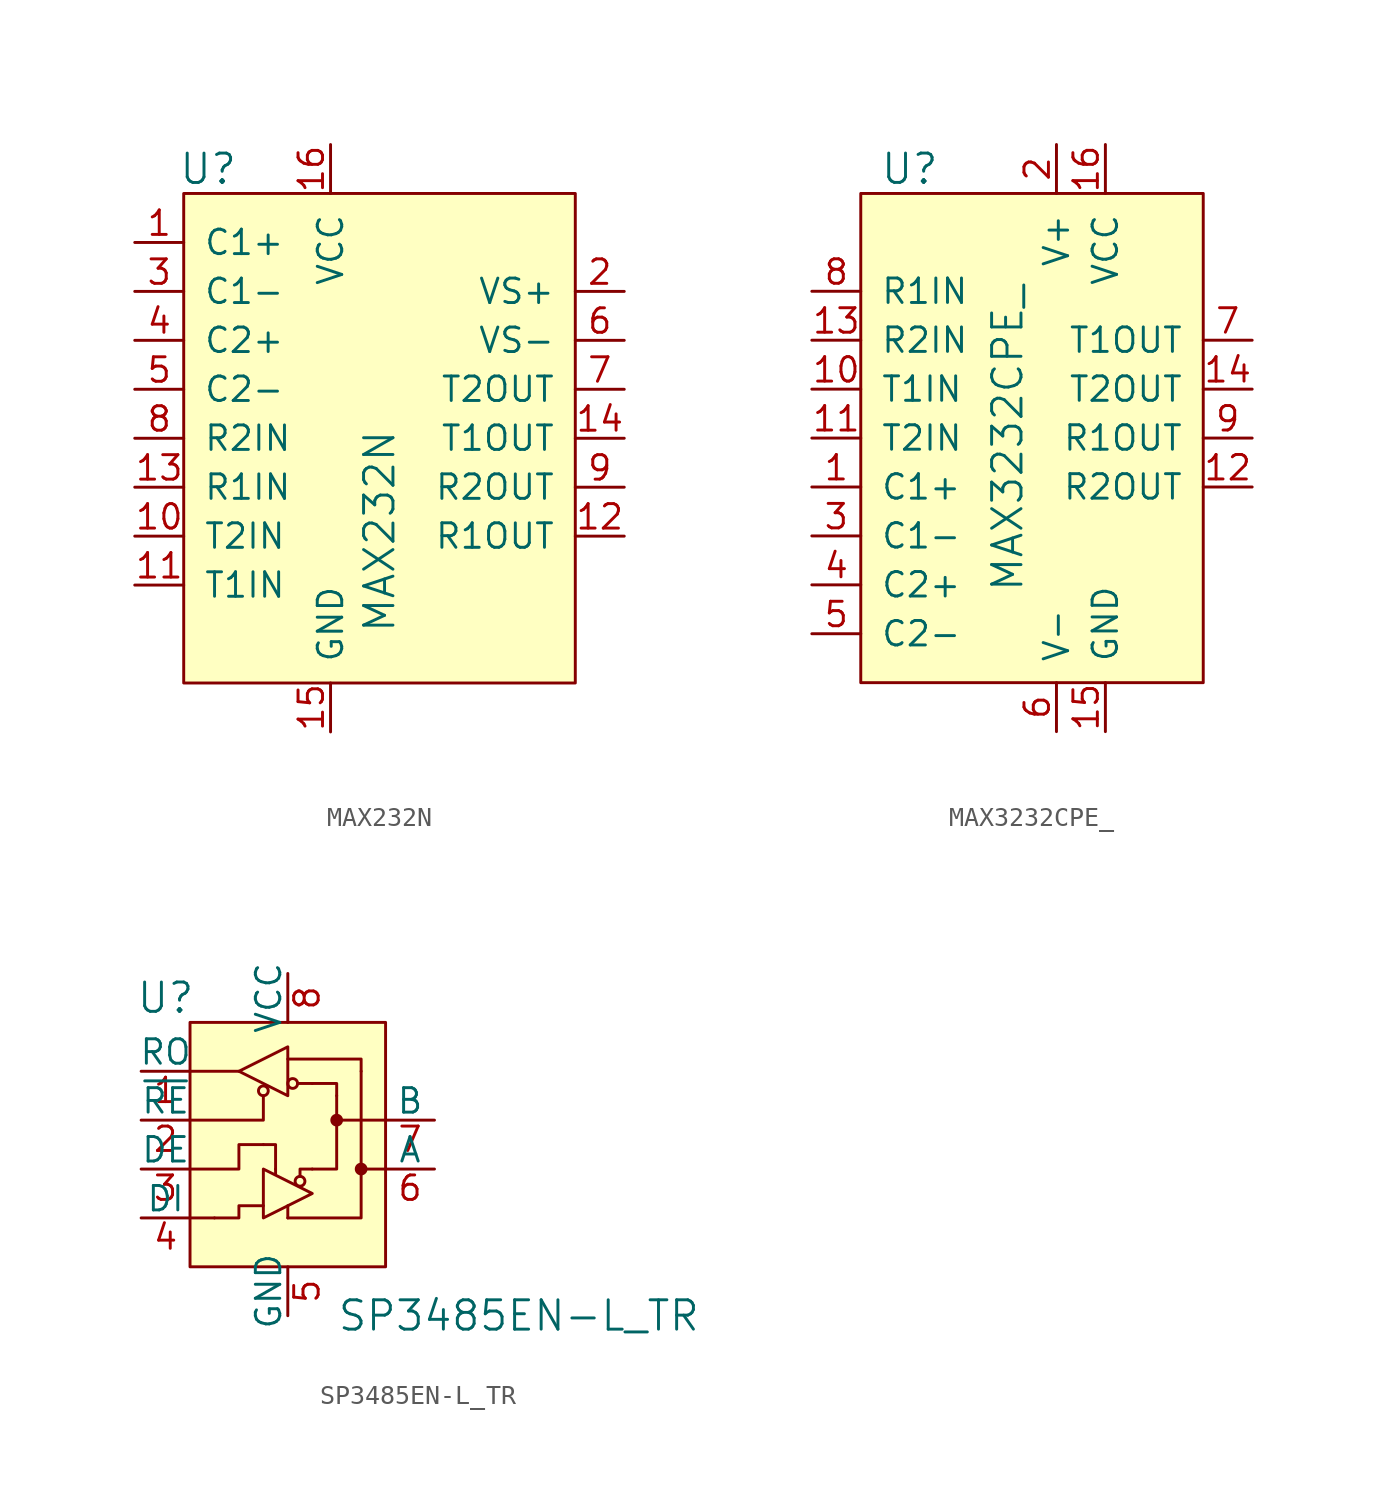
<source format=kicad_sym>
(kicad_symbol_lib
  (version 20201005)
  (generator kicad_symbol_editor)
  (symbol "MAX232N"
    (pin_names
      (offset 1.016))
    (property "Reference" "U"
      (at -8.89 11.43 0)
      (effects (font (size 1.524 1.524))))
    (property "Value" "MAX232N"
      (at 0 -12.7 90)
      (effects (font (size 1.524 1.524)) (justify left)))
    (symbol "MAX232N_0_1"
      (rectangle (start -10.16 10.16) (end 10.16 -15.24) (stroke (width 0)) (fill (type background))))
    (symbol "MAX232N_1_1"
      (pin passive line (at -12.7 7.62 0) (length 2.54) (name "C1+" (effects (font (size 1.27 1.27)))) (number "1" (effects (font (size 1.27 1.27)))))
      (pin output line (at 12.7 5.08 180) (length 2.54) (name "VS+" (effects (font (size 1.27 1.27)))) (number "2" (effects (font (size 1.27 1.27)))))
      (pin passive line (at -12.7 5.08 0) (length 2.54) (name "C1-" (effects (font (size 1.27 1.27)))) (number "3" (effects (font (size 1.27 1.27)))))
      (pin passive line (at -12.7 2.54 0) (length 2.54) (name "C2+" (effects (font (size 1.27 1.27)))) (number "4" (effects (font (size 1.27 1.27)))))
      (pin passive line (at -12.7 0 0) (length 2.54) (name "C2-" (effects (font (size 1.27 1.27)))) (number "5" (effects (font (size 1.27 1.27)))))
      (pin output line (at 12.7 2.54 180) (length 2.54) (name "VS-" (effects (font (size 1.27 1.27)))) (number "6" (effects (font (size 1.27 1.27)))))
      (pin output line (at 12.7 0 180) (length 2.54) (name "T2OUT" (effects (font (size 1.27 1.27)))) (number "7" (effects (font (size 1.27 1.27)))))
      (pin input line (at -12.7 -2.54 0) (length 2.54) (name "R2IN" (effects (font (size 1.27 1.27)))) (number "8" (effects (font (size 1.27 1.27)))))
      (pin output line (at 12.7 -5.08 180) (length 2.54) (name "R2OUT" (effects (font (size 1.27 1.27)))) (number "9" (effects (font (size 1.27 1.27)))))
      (pin input line (at -12.7 -7.62 0) (length 2.54) (name "T2IN" (effects (font (size 1.27 1.27)))) (number "10" (effects (font (size 1.27 1.27)))))
      (pin input line (at -12.7 -10.16 0) (length 2.54) (name "T1IN" (effects (font (size 1.27 1.27)))) (number "11" (effects (font (size 1.27 1.27)))))
      (pin output line (at 12.7 -7.62 180) (length 2.54) (name "R1OUT" (effects (font (size 1.27 1.27)))) (number "12" (effects (font (size 1.27 1.27)))))
      (pin input line (at -12.7 -5.08 0) (length 2.54) (name "R1IN" (effects (font (size 1.27 1.27)))) (number "13" (effects (font (size 1.27 1.27)))))
      (pin output line (at 12.7 -2.54 180) (length 2.54) (name "T1OUT" (effects (font (size 1.27 1.27)))) (number "14" (effects (font (size 1.27 1.27)))))
      (pin power_in line (at -2.54 -17.78 90) (length 2.54) (name "GND" (effects (font (size 1.27 1.27)))) (number "15" (effects (font (size 1.27 1.27)))))
      (pin power_in line (at -2.54 12.7 270) (length 2.54) (name "VCC" (effects (font (size 1.27 1.27)))) (number "16" (effects (font (size 1.27 1.27)))))))
  (symbol "MAX3232CPE_"
    (pin_names
      (offset 1.016))
    (property "Reference" "U"
      (at -5.08 6.35 0)
      (effects (font (size 1.524 1.524))))
    (property "Value" "MAX3232CPE_"
      (at 0 -7.62 90)
      (effects (font (size 1.524 1.524))))
    (symbol "MAX3232CPE__0_1"
      (rectangle (start -7.62 5.08) (end 10.16 -20.32) (stroke (width 0)) (fill (type background))))
    (symbol "MAX3232CPE__1_1"
      (pin passive line (at -10.16 -10.16 0) (length 2.54) (name "C1+" (effects (font (size 1.27 1.27)))) (number "1" (effects (font (size 1.27 1.27)))))
      (pin power_in line (at 2.54 7.62 270) (length 2.54) (name "V+" (effects (font (size 1.27 1.27)))) (number "2" (effects (font (size 1.27 1.27)))))
      (pin passive line (at -10.16 -12.7 0) (length 2.54) (name "C1-" (effects (font (size 1.27 1.27)))) (number "3" (effects (font (size 1.27 1.27)))))
      (pin passive line (at -10.16 -15.24 0) (length 2.54) (name "C2+" (effects (font (size 1.27 1.27)))) (number "4" (effects (font (size 1.27 1.27)))))
      (pin passive line (at -10.16 -17.78 0) (length 2.54) (name "C2-" (effects (font (size 1.27 1.27)))) (number "5" (effects (font (size 1.27 1.27)))))
      (pin power_in line (at 2.54 -22.86 90) (length 2.54) (name "V-" (effects (font (size 1.27 1.27)))) (number "6" (effects (font (size 1.27 1.27)))))
      (pin output line (at 12.7 -2.54 180) (length 2.54) (name "T1OUT" (effects (font (size 1.27 1.27)))) (number "7" (effects (font (size 1.27 1.27)))))
      (pin input line (at -10.16 0 0) (length 2.54) (name "R1IN" (effects (font (size 1.27 1.27)))) (number "8" (effects (font (size 1.27 1.27)))))
      (pin output line (at 12.7 -7.62 180) (length 2.54) (name "R1OUT" (effects (font (size 1.27 1.27)))) (number "9" (effects (font (size 1.27 1.27)))))
      (pin input line (at -10.16 -5.08 0) (length 2.54) (name "T1IN" (effects (font (size 1.27 1.27)))) (number "10" (effects (font (size 1.27 1.27)))))
      (pin input line (at -10.16 -7.62 0) (length 2.54) (name "T2IN" (effects (font (size 1.27 1.27)))) (number "11" (effects (font (size 1.27 1.27)))))
      (pin output line (at 12.7 -10.16 180) (length 2.54) (name "R2OUT" (effects (font (size 1.27 1.27)))) (number "12" (effects (font (size 1.27 1.27)))))
      (pin input line (at -10.16 -2.54 0) (length 2.54) (name "R2IN" (effects (font (size 1.27 1.27)))) (number "13" (effects (font (size 1.27 1.27)))))
      (pin output line (at 12.7 -5.08 180) (length 2.54) (name "T2OUT" (effects (font (size 1.27 1.27)))) (number "14" (effects (font (size 1.27 1.27)))))
      (pin power_in line (at 5.08 -22.86 90) (length 2.54) (name "GND" (effects (font (size 1.27 1.27)))) (number "15" (effects (font (size 1.27 1.27)))))
      (pin power_in line (at 5.08 7.62 270) (length 2.54) (name "VCC" (effects (font (size 1.27 1.27)))) (number "16" (effects (font (size 1.27 1.27)))))))
  (symbol "SP3485EN-L_TR"
    (pin_names
      (offset 0))
    (property "Reference" "U"
      (at -6.35 1.27 0)
      (effects (font (size 1.524 1.524))))
    (property "Value" "SP3485EN-L_TR"
      (at 2.54 -15.24 0)
      (effects (font (size 1.524 1.524)) (justify left)))
    (symbol "SP3485EN-L_TR_0_1"
      (circle (center -1.27 -3.556) (radius 0.254) (stroke (width 0)) (fill (type none)))
      (circle (center 0.254 -3.175) (radius 0.254) (stroke (width 0)) (fill (type none)))
      (circle (center 0.635 -8.255) (radius 0.254) (stroke (width 0)) (fill (type none)))
      (circle (center 2.54 -5.08) (radius 0.254) (stroke (width 0)) (fill (type outline)))
      (circle (center 3.81 -7.62) (radius 0.254) (stroke (width 0)) (fill (type outline)))
      (rectangle (start -5.08 0) (end 5.08 -12.7) (stroke (width 0)) (fill (type background)))
      (polyline (pts (xy -5.08 -10.16) (xy -3.81 -10.16)) (stroke (width 0)) (fill (type none)))
      (polyline (pts (xy -2.54 -2.54) (xy -5.08 -2.54)) (stroke (width 0)) (fill (type none)))
      (polyline (pts (xy -0.635 -7.62) (xy -0.635 -7.874)) (stroke (width 0)) (fill (type none)))
      (polyline (pts (xy 0 -10.16) (xy 0 -9.525)) (stroke (width 0)) (fill (type none)))
      (polyline (pts (xy 1.27 -3.175) (xy 0.508 -3.175)) (stroke (width 0)) (fill (type none)))
      (polyline (pts (xy 5.08 -7.62) (xy 3.81 -7.62)) (stroke (width 0)) (fill (type none)))
      (polyline (pts (xy 5.08 -5.08) (xy 2.54 -5.08)) (stroke (width 0)) (fill (type none)))
      (polyline (pts (xy -5.08 -5.08) (xy -1.27 -5.08) (xy -1.27 -3.81)) (stroke (width 0)) (fill (type none)))
      (polyline (pts (xy -1.27 -6.35) (xy -0.635 -6.35) (xy -0.635 -7.62)) (stroke (width 0)) (fill (type none)))
      (polyline (pts (xy 0 -10.16) (xy 3.81 -10.16) (xy 3.81 -2.54)) (stroke (width 0)) (fill (type none)))
      (polyline (pts (xy 1.27 -7.62) (xy 0.635 -7.62) (xy 0.635 -8.001)) (stroke (width 0)) (fill (type none)))
      (polyline (pts (xy 1.27 -7.62) (xy 2.54 -7.62) (xy 2.54 -3.81)) (stroke (width 0)) (fill (type none)))
      (polyline (pts (xy 2.54 -3.81) (xy 2.54 -3.175) (xy 1.27 -3.175)) (stroke (width 0)) (fill (type none)))
      (polyline (pts (xy 3.81 -2.54) (xy 3.81 -1.905) (xy 0 -1.905)) (stroke (width 0)) (fill (type none)))
      (polyline (pts (xy -5.08 -7.62) (xy -2.54 -7.62) (xy -2.54 -6.35) (xy -1.27 -6.35)) (stroke (width 0)) (fill (type none)))
      (polyline (pts (xy -1.27 -9.525) (xy -2.54 -9.525) (xy -2.54 -10.16) (xy -3.81 -10.16)) (stroke (width 0)) (fill (type none)))
      (polyline (pts (xy -1.27 -7.62) (xy -1.27 -10.16) (xy 1.27 -8.89) (xy -1.27 -7.62)) (stroke (width 0)) (fill (type none)))
      (polyline (pts (xy 0 -1.27) (xy 0 -3.81) (xy -2.54 -2.54) (xy 0 -1.27)) (stroke (width 0)) (fill (type none))))
    (symbol "SP3485EN-L_TR_1_1"
      (pin output line (at -7.62 -2.54 0) (length 2.54) (name "RO" (effects (font (size 1.27 1.27)))) (number "1" (effects (font (size 1.27 1.27)))))
      (pin output line (at -7.62 -5.08 0) (length 2.54) (name "~RE" (effects (font (size 1.27 1.27)))) (number "2" (effects (font (size 1.27 1.27)))))
      (pin output line (at -7.62 -7.62 0) (length 2.54) (name "DE" (effects (font (size 1.27 1.27)))) (number "3" (effects (font (size 1.27 1.27)))))
      (pin input line (at -7.62 -10.16 0) (length 2.54) (name "DI" (effects (font (size 1.27 1.27)))) (number "4" (effects (font (size 1.27 1.27)))))
      (pin power_in line (at 0 -15.24 90) (length 2.54) (name "GND" (effects (font (size 1.27 1.27)))) (number "5" (effects (font (size 1.27 1.27)))))
      (pin bidirectional line (at 7.62 -7.62 180) (length 2.54) (name "A" (effects (font (size 1.27 1.27)))) (number "6" (effects (font (size 1.27 1.27)))))
      (pin bidirectional line (at 7.62 -5.08 180) (length 2.54) (name "B" (effects (font (size 1.27 1.27)))) (number "7" (effects (font (size 1.27 1.27)))))
      (pin power_in line (at 0 2.54 270) (length 2.54) (name "VCC" (effects (font (size 1.27 1.27)))) (number "8" (effects (font (size 1.27 1.27))))))))
</source>
